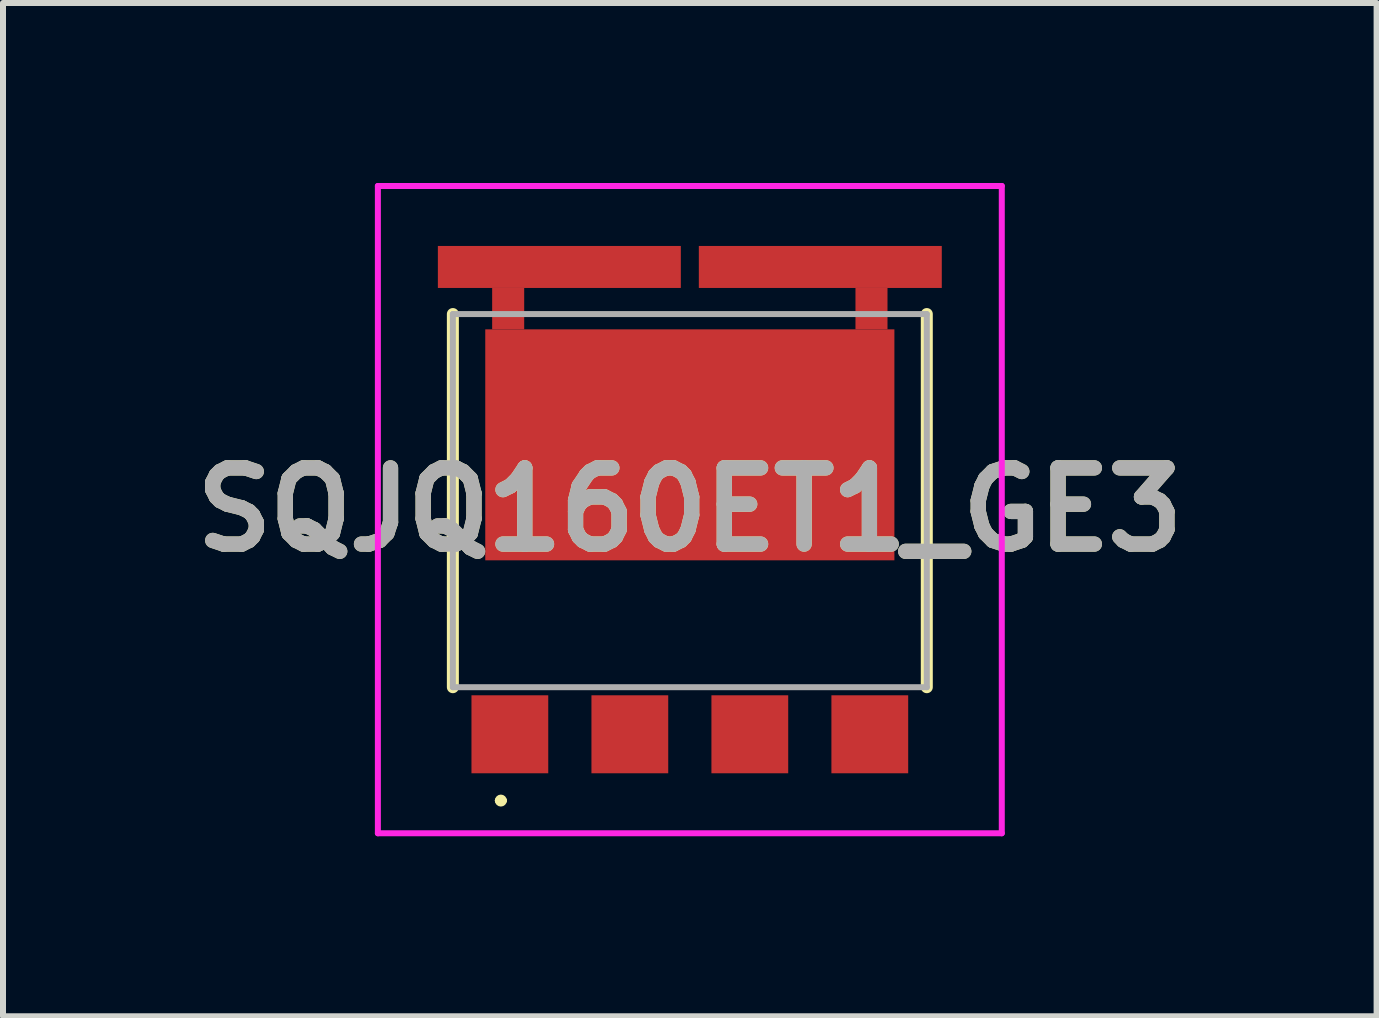
<source format=kicad_pcb>
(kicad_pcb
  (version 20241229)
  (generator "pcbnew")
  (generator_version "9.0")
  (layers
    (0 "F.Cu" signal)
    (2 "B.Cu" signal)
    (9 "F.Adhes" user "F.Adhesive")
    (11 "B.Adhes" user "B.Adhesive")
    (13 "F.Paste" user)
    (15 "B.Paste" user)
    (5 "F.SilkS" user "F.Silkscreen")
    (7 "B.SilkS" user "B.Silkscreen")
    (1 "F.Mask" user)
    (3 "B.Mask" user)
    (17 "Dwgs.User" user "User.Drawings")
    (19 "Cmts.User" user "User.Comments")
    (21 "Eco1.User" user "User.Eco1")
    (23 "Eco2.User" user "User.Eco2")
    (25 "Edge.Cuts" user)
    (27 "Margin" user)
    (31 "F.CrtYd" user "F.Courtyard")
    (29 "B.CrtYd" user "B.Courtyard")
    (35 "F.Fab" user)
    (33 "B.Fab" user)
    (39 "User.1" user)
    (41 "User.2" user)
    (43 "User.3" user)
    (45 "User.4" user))
  (footprint "SQJQ160ET1_GE3"
    (layer "F.Cu")
    (at 8.449 5.295)
    (property "Reference" "SQJQ160ET1_GE3" (at 0 0.15 0) (layer "F.SilkS") (effects (font (size 1.27 1.27) (thickness 0.254))))
    (attr smd)
    (fp_line (start -3.95 -3.11) (end -3.95 3.11) (stroke (width 0.2) (type solid)) (layer "F.SilkS"))
    (fp_line (start -3.2 5) (end -3.2 5) (stroke (width 0.1) (type solid)) (layer "F.SilkS"))
    (fp_line (start -3.1 5) (end -3.1 5) (stroke (width 0.1) (type solid)) (layer "F.SilkS"))
    (fp_line (start 3.95 -3.11) (end 3.95 3.11) (stroke (width 0.2) (type solid)) (layer "F.SilkS"))
    (fp_arc (start -3.2 5) (mid -3.15 4.95) (end -3.1 5) (stroke (width 0.1) (type solid)) (layer "F.SilkS"))
    (fp_arc (start -3.1 5) (mid -3.15 5.05) (end -3.2 5) (stroke (width 0.1) (type solid)) (layer "F.SilkS"))
    (fp_line (start -5.2 -5.245) (end 5.2 -5.245) (stroke (width 0.1) (type solid)) (layer "F.CrtYd"))
    (fp_line (start -5.2 5.545) (end -5.2 -5.245) (stroke (width 0.1) (type solid)) (layer "F.CrtYd"))
    (fp_line (start 5.2 -5.245) (end 5.2 5.545) (stroke (width 0.1) (type solid)) (layer "F.CrtYd"))
    (fp_line (start 5.2 5.545) (end -5.2 5.545) (stroke (width 0.1) (type solid)) (layer "F.CrtYd"))
    (fp_line (start -3.95 -3.11) (end 3.95 -3.11) (stroke (width 0.1) (type solid)) (layer "F.Fab"))
    (fp_line (start -3.95 3.11) (end -3.95 -3.11) (stroke (width 0.1) (type solid)) (layer "F.Fab"))
    (fp_line (start 3.95 -3.11) (end 3.95 3.11) (stroke (width 0.1) (type solid)) (layer "F.Fab"))
    (fp_line (start 3.95 3.11) (end -3.95 3.11) (stroke (width 0.1) (type solid)) (layer "F.Fab"))
    (fp_text user "${REFERENCE}" (at 0 0.15 0) (layer "F.Fab") (effects (font (size 1.27 1.27) (thickness 0.254))))
    (pad "1" smd rect (at -3 3.895) (size 1.28 1.3) (layers "F.Cu" "F.Mask" "F.Paste"))
    (pad "2" smd rect (at -1 3.895) (size 1.28 1.3) (layers "F.Cu" "F.Mask" "F.Paste"))
    (pad "3" smd rect (at 1 3.895) (size 1.28 1.3) (layers "F.Cu" "F.Mask" "F.Paste"))
    (pad "4" smd rect (at 3 3.895) (size 1.28 1.3) (layers "F.Cu" "F.Mask" "F.Paste"))
    (pad "5" smd rect (at 3.028 -3.2) (size 0.534 0.69) (layers "F.Cu" "F.Mask" "F.Paste"))
    (pad "6" smd rect (at 2.175 -3.895 90) (size 0.7 4.05) (layers "F.Cu" "F.Mask" "F.Paste"))
    (pad "7" smd rect (at -2.175 -3.895 90) (size 0.7 4.05) (layers "F.Cu" "F.Mask" "F.Paste"))
    (pad "8" smd rect (at -3.028 -3.2) (size 0.534 0.69) (layers "F.Cu" "F.Mask" "F.Paste"))
    (pad "9" smd rect (at 0 -0.93 90) (size 3.85 6.82) (layers "F.Cu" "F.Mask" "F.Paste")))
  (gr_rect
    (start -3 -3)
    (end 19.897 13.89)
    (stroke (width 0.1) (type default))
    (fill no)
    (layer "Edge.Cuts")))
</source>
